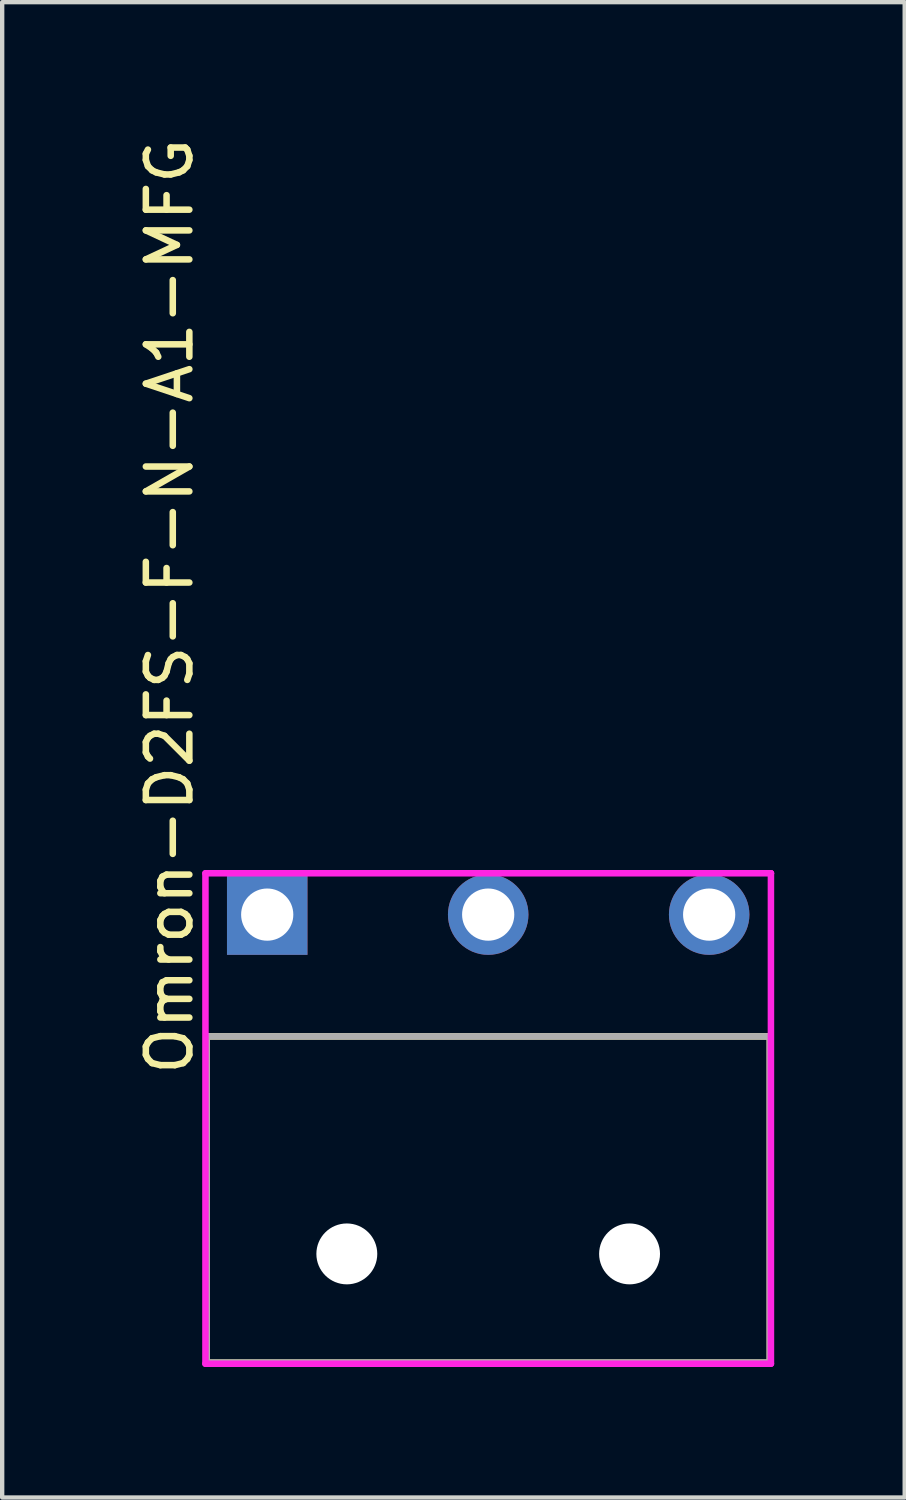
<source format=kicad_pcb>
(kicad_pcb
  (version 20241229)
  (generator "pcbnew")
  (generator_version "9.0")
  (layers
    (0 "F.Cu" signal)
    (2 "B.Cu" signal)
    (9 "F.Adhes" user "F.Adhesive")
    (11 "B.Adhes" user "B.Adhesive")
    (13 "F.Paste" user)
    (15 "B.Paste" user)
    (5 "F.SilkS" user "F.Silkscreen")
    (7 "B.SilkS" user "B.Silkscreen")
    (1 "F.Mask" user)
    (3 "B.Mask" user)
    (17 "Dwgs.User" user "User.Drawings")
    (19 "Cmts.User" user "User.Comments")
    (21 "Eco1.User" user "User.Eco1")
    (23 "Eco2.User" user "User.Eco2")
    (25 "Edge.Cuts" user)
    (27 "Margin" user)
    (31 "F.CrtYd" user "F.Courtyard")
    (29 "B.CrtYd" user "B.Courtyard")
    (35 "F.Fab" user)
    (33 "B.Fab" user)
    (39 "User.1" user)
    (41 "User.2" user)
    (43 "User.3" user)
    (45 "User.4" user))
  (footprint "Omron-D2FS-F-N-A1-MFG"
    (layer "F.Cu")
    (at 8.173 24.526)
    (property "Reference" "Omron-D2FS-F-N-A1-MFG" (at -7.325 -2.8 90) (layer "F.SilkS") (effects (font (size 1 1) (thickness 0.15)) (justify left)))
    (attr through_hole)
    (fp_line (start -6.475 -3.75) (end 6.475 -3.75) (stroke (width 0.15) (type solid)) (layer "F.SilkS"))
    (fp_line (start -6.475 3.75) (end -6.475 -3.75) (stroke (width 0.15) (type solid)) (layer "F.SilkS"))
    (fp_line (start -6.475 3.75) (end 6.475 3.75) (stroke (width 0.15) (type solid)) (layer "F.SilkS"))
    (fp_line (start 6.475 3.75) (end 6.475 -3.75) (stroke (width 0.15) (type solid)) (layer "F.SilkS"))
    (fp_line (start -6.5 -7.5) (end -6.5 3.775) (stroke (width 0.15) (type solid)) (layer "F.CrtYd"))
    (fp_line (start -6.5 3.775) (end 6.5 3.775) (stroke (width 0.15) (type solid)) (layer "F.CrtYd"))
    (fp_line (start 6.5 -7.5) (end -6.5 -7.5) (stroke (width 0.15) (type solid)) (layer "F.CrtYd"))
    (fp_line (start 6.5 -7.5) (end 6.5 -7.5) (stroke (width 0.15) (type solid)) (layer "F.CrtYd"))
    (fp_line (start 6.5 3.775) (end 6.5 -7.5) (stroke (width 0.15) (type solid)) (layer "F.CrtYd"))
    (fp_line (start -6.475 -3.75) (end 6.475 -3.75) (stroke (width 0.15) (type solid)) (layer "F.Fab"))
    (fp_line (start -6.475 3.75) (end -6.475 -3.75) (stroke (width 0.15) (type solid)) (layer "F.Fab"))
    (fp_line (start 6.475 -3.75) (end 6.475 3.75) (stroke (width 0.15) (type solid)) (layer "F.Fab"))
    (fp_line (start 6.475 3.75) (end -6.475 3.75) (stroke (width 0.15) (type solid)) (layer "F.Fab"))
    (pad "" np_thru_hole circle (at -3.25 1.25) (size 1.4 1.4) (drill 1.4) (layers "*.Cu" "*.Mask"))
    (pad "" np_thru_hole circle (at 3.25 1.25) (size 1.4 1.4) (drill 1.4) (layers "*.Cu" "*.Mask"))
    (pad "1" thru_hole rect (at -5.08 -6.55) (size 1.85 1.85) (drill 1.2) (layers "*.Cu"))
    (pad "2" thru_hole circle (at 0 -6.55) (size 1.85 1.85) (drill 1.2) (layers "*.Cu"))
    (pad "3" thru_hole circle (at 5.08 -6.55) (size 1.85 1.85) (drill 1.2) (layers "*.Cu")))
  (gr_rect
    (start -3 -3)
    (end 17.748 31.376)
    (stroke (width 0.1) (type default))
    (fill no)
    (layer "Edge.Cuts")))
</source>
